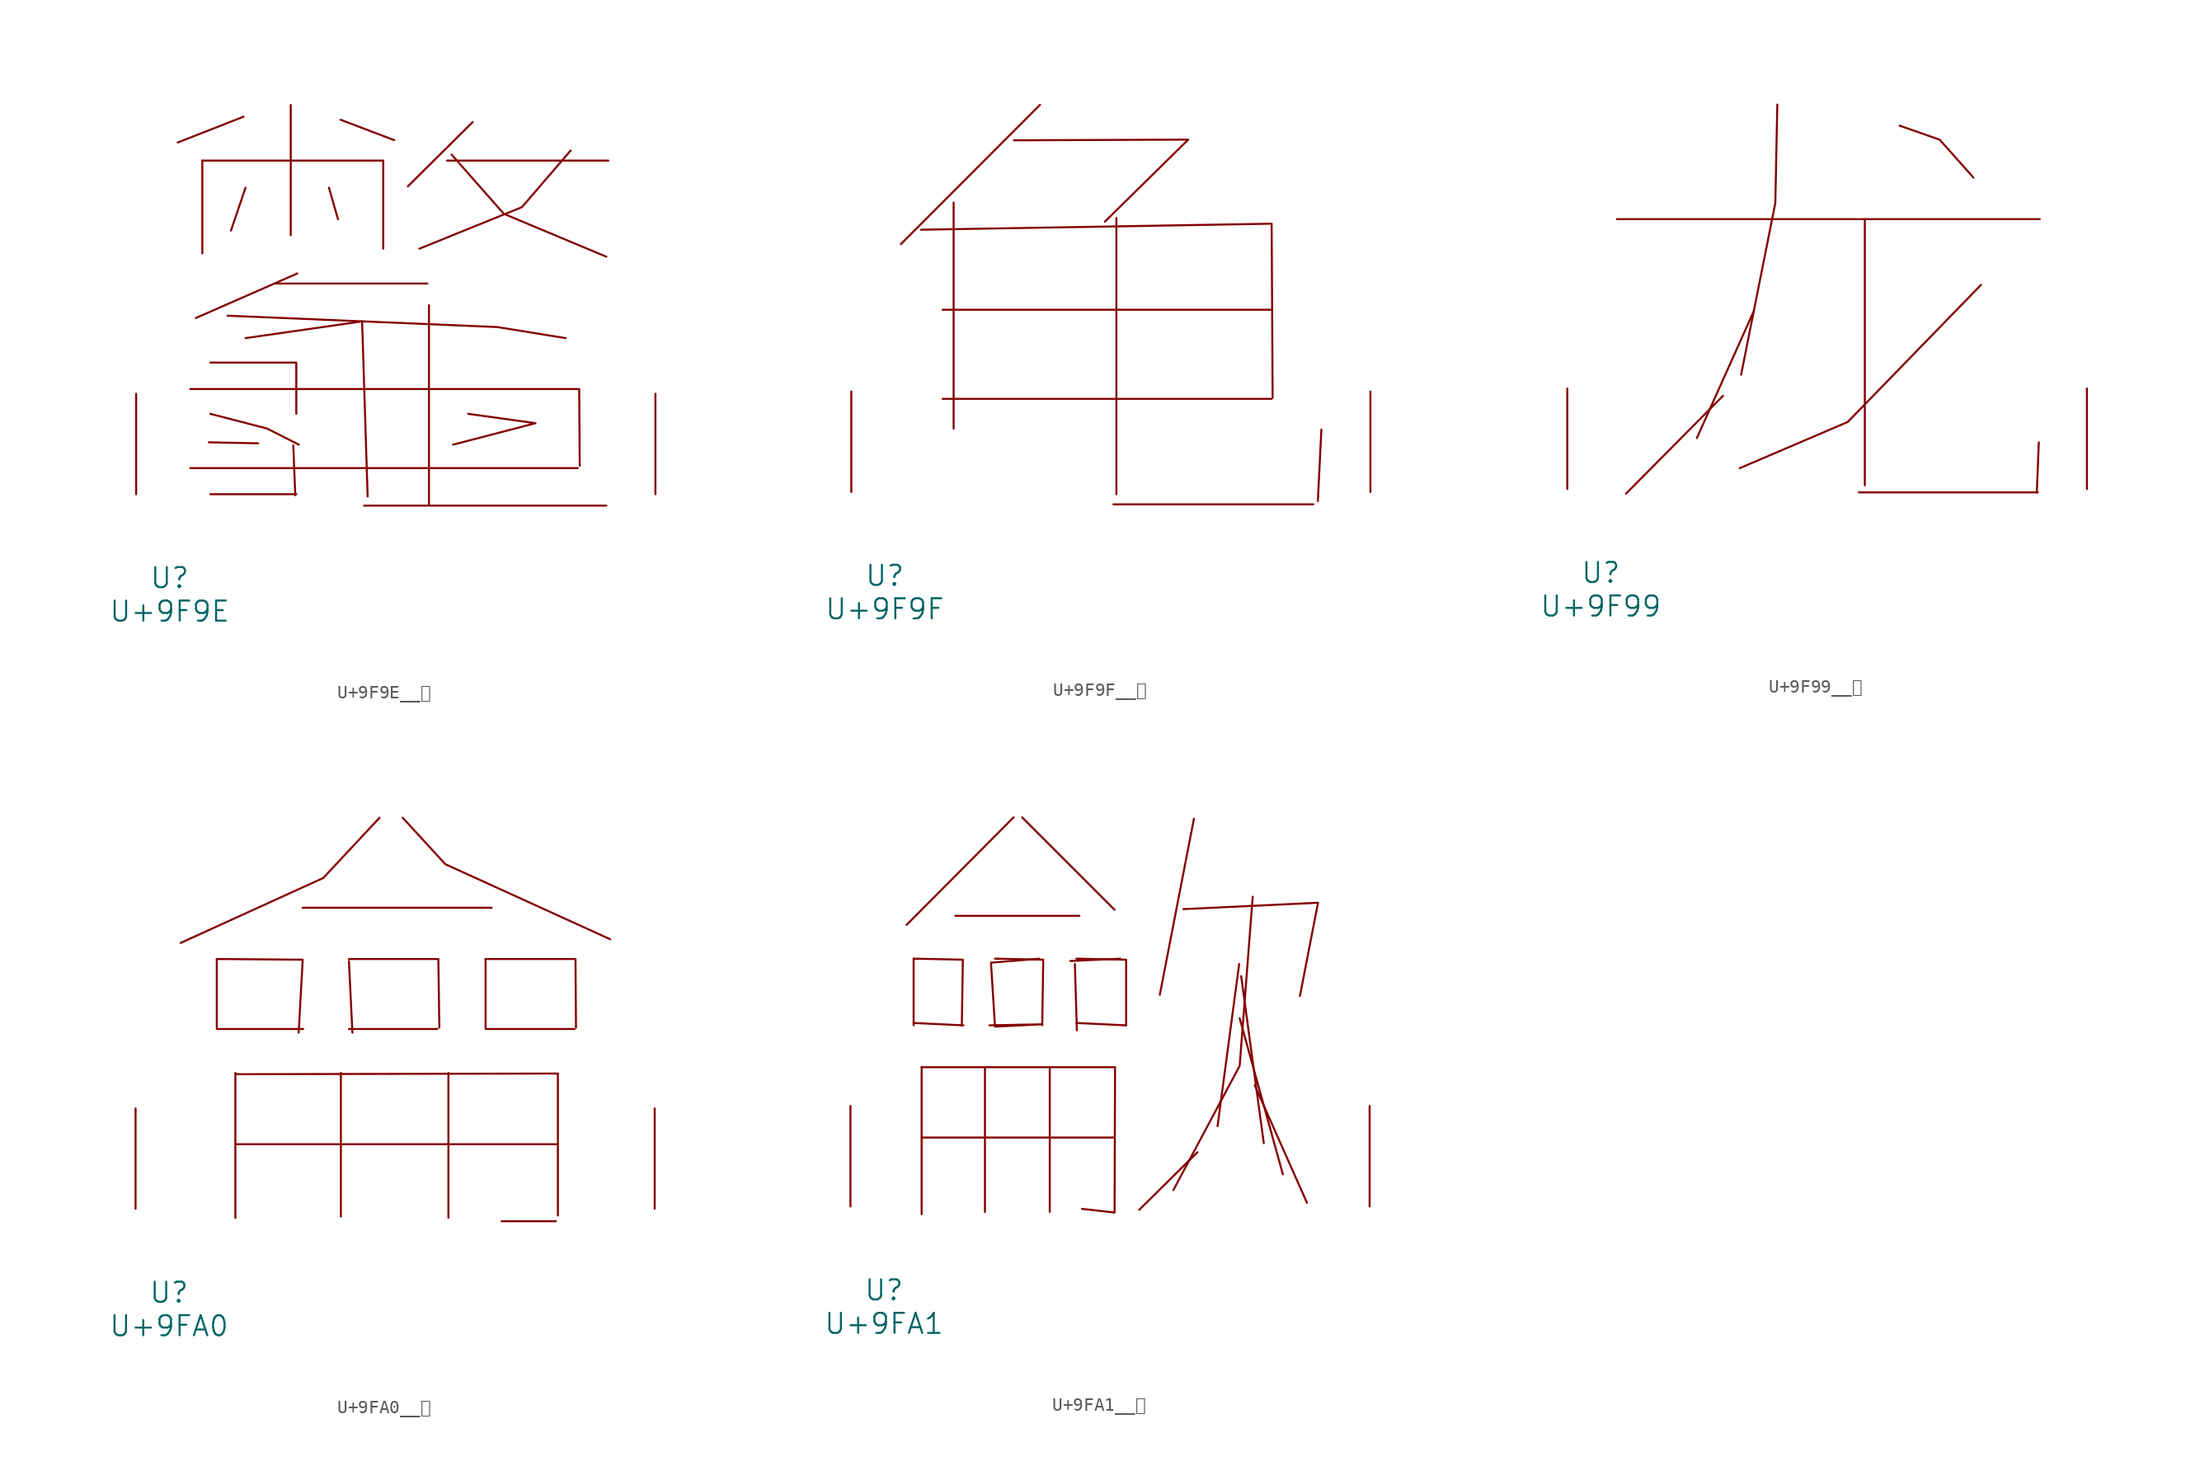
<source format=kicad_sym>
(kicad_symbol_lib
  (version 20231120)
  (generator "kicad_symbol_editor")
  (generator_version "8.0")
  (symbol "U+9F9E__龞"
    (pin_names
      (offset 1.016))
    (property "Reference" "U"
      (at 0 -6.35 0)
      (effects (font (size 1.524 1.524))))
    (property "Value" "U+9F9E"
      (at 0 -8.89 0)
      (effects (font (size 1.524 1.524))))
    (symbol "U+9F9E__龞_0_1"
      (polyline (pts (xy 1.562 1.981) (xy 30.937 1.981)) (stroke (width 0) (type solid)) (fill (type none)))
      (polyline (pts (xy 2.477 25.298) (xy 2.477 18.263)) (stroke (width 0) (type solid)) (fill (type none)))
      (polyline (pts (xy 3.086 0) (xy 9.601 0)) (stroke (width 0) (type solid)) (fill (type none)))
      (polyline (pts (xy 5.601 28.626) (xy 0.61 26.67)) (stroke (width 0) (type solid)) (fill (type none)))
      (polyline (pts (xy 5.753 23.241) (xy 4.648 19.99)) (stroke (width 0) (type solid)) (fill (type none)))
      (polyline (pts (xy 6.706 3.861) (xy 2.972 3.937)) (stroke (width 0) (type solid)) (fill (type none)))
      (polyline (pts (xy 8.001 15.977) (xy 19.545 15.977)) (stroke (width 0) (type solid)) (fill (type none)))
      (polyline (pts (xy 9.182 29.515) (xy 9.182 19.634)) (stroke (width 0) (type solid)) (fill (type none)))
      (polyline (pts (xy 9.373 3.708) (xy 9.525 -0.076)) (stroke (width 0) (type solid)) (fill (type none)))
      (polyline (pts (xy 9.677 16.739) (xy 1.981 13.36)) (stroke (width 0) (type solid)) (fill (type none)))
      (polyline (pts (xy 12.078 23.241) (xy 12.764 20.853)) (stroke (width 0) (type solid)) (fill (type none)))
      (polyline (pts (xy 12.954 28.397) (xy 17.031 26.848)) (stroke (width 0) (type solid)) (fill (type none)))
      (polyline (pts (xy 14.745 -0.864) (xy 33.109 -0.864)) (stroke (width 0) (type solid)) (fill (type none)))
      (polyline (pts (xy 19.66 14.326) (xy 19.66 -0.762)) (stroke (width 0) (type solid)) (fill (type none)))
      (polyline (pts (xy 21.031 25.298) (xy 33.261 25.298)) (stroke (width 0) (type solid)) (fill (type none)))
      (polyline (pts (xy 22.974 28.219) (xy 18.059 23.343)) (stroke (width 0) (type solid)) (fill (type none)))
      (polyline (pts (xy 1.562 7.976) (xy 31.052 7.976) (xy 31.09 2.159)) (stroke (width 0) (type solid)) (fill (type none)))
      (polyline (pts (xy 2.477 25.298) (xy 16.192 25.298) (xy 16.192 18.618)) (stroke (width 0) (type solid)) (fill (type none)))
      (polyline (pts (xy 3.086 6.096) (xy 7.391 4.978) (xy 9.792 3.759)) (stroke (width 0) (type solid)) (fill (type none)))
      (polyline (pts (xy 3.086 9.982) (xy 9.601 9.982) (xy 9.601 6.096)) (stroke (width 0) (type solid)) (fill (type none)))
      (polyline (pts (xy 4.381 13.538) (xy 24.841 12.675) (xy 30.023 11.836)) (stroke (width 0) (type solid)) (fill (type none)))
      (polyline (pts (xy 5.753 11.836) (xy 14.592 13.106) (xy 15.011 -0.178)) (stroke (width 0) (type solid)) (fill (type none)))
      (polyline (pts (xy 21.374 25.756) (xy 25.337 21.26) (xy 33.109 18.009)) (stroke (width 0) (type solid)) (fill (type none)))
      (polyline (pts (xy 22.631 6.096) (xy 27.737 5.385) (xy 21.488 3.759)) (stroke (width 0) (type solid)) (fill (type none)))
      (polyline (pts (xy 30.404 26.06) (xy 26.708 21.768) (xy 18.936 18.618)) (stroke (width 0) (type solid)) (fill (type none)))
      (pin input line (at -2.54 0 90) (length 7.62) (name "~" (effects (font (size 1.27 1.27)))) (number "~" (effects (font (size 1.27 1.27)))))
      (pin input line (at 36.83 0 90) (length 7.62) (name "~" (effects (font (size 1.27 1.27)))) (number "~" (effects (font (size 1.27 1.27)))))))
  (symbol "U+9F9F__龟"
    (pin_names
      (offset 1.016))
    (property "Reference" "U"
      (at 0 -6.35 0)
      (effects (font (size 1.524 1.524))))
    (property "Value" "U+9F9F"
      (at 0 -8.89 0)
      (effects (font (size 1.524 1.524))))
    (symbol "U+9F9F__龟_0_1"
      (polyline (pts (xy 4.381 7.061) (xy 29.337 7.061)) (stroke (width 0) (type solid)) (fill (type none)))
      (polyline (pts (xy 4.381 13.818) (xy 29.337 13.818)) (stroke (width 0) (type solid)) (fill (type none)))
      (polyline (pts (xy 5.22 21.946) (xy 5.22 4.801)) (stroke (width 0) (type solid)) (fill (type none)))
      (polyline (pts (xy 11.773 29.362) (xy 1.219 18.796)) (stroke (width 0) (type solid)) (fill (type none)))
      (polyline (pts (xy 17.335 -0.94) (xy 32.499 -0.94)) (stroke (width 0) (type solid)) (fill (type none)))
      (polyline (pts (xy 17.564 20.777) (xy 17.564 -0.178)) (stroke (width 0) (type solid)) (fill (type none)))
      (polyline (pts (xy 33.109 4.724) (xy 32.842 -0.686)) (stroke (width 0) (type solid)) (fill (type none)))
      (polyline (pts (xy 2.743 19.888) (xy 29.337 20.345) (xy 29.413 7.137)) (stroke (width 0) (type solid)) (fill (type none)))
      (polyline (pts (xy 9.792 26.67) (xy 23.012 26.721) (xy 16.688 20.498)) (stroke (width 0) (type solid)) (fill (type none)))
      (pin input line (at -2.54 0 90) (length 7.62) (name "~" (effects (font (size 1.27 1.27)))) (number "~" (effects (font (size 1.27 1.27)))))
      (pin input line (at 36.83 0 90) (length 7.62) (name "~" (effects (font (size 1.27 1.27)))) (number "~" (effects (font (size 1.27 1.27)))))))
  (symbol "U+9F99__龙"
    (pin_names
      (offset 1.016))
    (property "Reference" "U"
      (at 0 -6.35 0)
      (effects (font (size 1.524 1.524))))
    (property "Value" "U+9F99"
      (at 0 -8.89 0)
      (effects (font (size 1.524 1.524))))
    (symbol "U+9F99__龙_0_1"
      (polyline (pts (xy 1.219 20.447) (xy 33.261 20.447)) (stroke (width 0) (type solid)) (fill (type none)))
      (polyline (pts (xy 9.258 7.061) (xy 1.905 -0.356)) (stroke (width 0) (type solid)) (fill (type none)))
      (polyline (pts (xy 11.582 13.462) (xy 7.277 3.861)) (stroke (width 0) (type solid)) (fill (type none)))
      (polyline (pts (xy 19.545 -0.254) (xy 33.109 -0.254)) (stroke (width 0) (type solid)) (fill (type none)))
      (polyline (pts (xy 20.003 20.447) (xy 20.003 0.279)) (stroke (width 0) (type solid)) (fill (type none)))
      (polyline (pts (xy 33.185 3.531) (xy 33.033 -0.254)) (stroke (width 0) (type solid)) (fill (type none)))
      (polyline (pts (xy 13.373 29.134) (xy 13.221 21.666) (xy 10.63 8.661)) (stroke (width 0) (type solid)) (fill (type none)))
      (polyline (pts (xy 22.631 27.534) (xy 25.679 26.467) (xy 28.232 23.597)) (stroke (width 0) (type solid)) (fill (type none)))
      (polyline (pts (xy 28.804 15.469) (xy 18.707 5.08) (xy 10.516 1.575)) (stroke (width 0) (type solid)) (fill (type none)))
      (pin input line (at -2.54 0 90) (length 7.62) (name "~" (effects (font (size 1.27 1.27)))) (number "~" (effects (font (size 1.27 1.27)))))
      (pin input line (at 36.83 0 90) (length 7.62) (name "~" (effects (font (size 1.27 1.27)))) (number "~" (effects (font (size 1.27 1.27)))))))
  (symbol "U+9FA0__龠"
    (pin_names
      (offset 1.016))
    (property "Reference" "U"
      (at 0 -6.35 0)
      (effects (font (size 1.524 1.524))))
    (property "Value" "U+9FA0"
      (at 0 -8.89 0)
      (effects (font (size 1.524 1.524))))
    (symbol "U+9FA0__龠_0_1"
      (polyline (pts (xy 3.619 13.64) (xy 10.173 13.64)) (stroke (width 0) (type solid)) (fill (type none)))
      (polyline (pts (xy 3.619 18.948) (xy 3.619 13.741)) (stroke (width 0) (type solid)) (fill (type none)))
      (polyline (pts (xy 5.029 4.902) (xy 29.489 4.902)) (stroke (width 0) (type solid)) (fill (type none)))
      (polyline (pts (xy 5.029 10.312) (xy 5.029 -0.686)) (stroke (width 0) (type solid)) (fill (type none)))
      (polyline (pts (xy 10.135 22.835) (xy 24.46 22.835)) (stroke (width 0) (type solid)) (fill (type none)))
      (polyline (pts (xy 13.03 10.312) (xy 13.03 -0.584)) (stroke (width 0) (type solid)) (fill (type none)))
      (polyline (pts (xy 13.64 13.64) (xy 20.345 13.64)) (stroke (width 0) (type solid)) (fill (type none)))
      (polyline (pts (xy 13.64 18.796) (xy 13.906 13.36)) (stroke (width 0) (type solid)) (fill (type none)))
      (polyline (pts (xy 21.184 10.312) (xy 21.184 -0.686)) (stroke (width 0) (type solid)) (fill (type none)))
      (polyline (pts (xy 24.003 13.64) (xy 30.747 13.64)) (stroke (width 0) (type solid)) (fill (type none)))
      (polyline (pts (xy 24.003 18.948) (xy 24.003 13.741)) (stroke (width 0) (type solid)) (fill (type none)))
      (polyline (pts (xy 25.222 -0.94) (xy 29.337 -0.94)) (stroke (width 0) (type solid)) (fill (type none)))
      (polyline (pts (xy 3.619 18.948) (xy 10.135 18.898) (xy 9.83 13.36)) (stroke (width 0) (type solid)) (fill (type none)))
      (polyline (pts (xy 5.029 10.211) (xy 29.489 10.262) (xy 29.489 -0.508)) (stroke (width 0) (type solid)) (fill (type none)))
      (polyline (pts (xy 13.64 18.948) (xy 20.422 18.948) (xy 20.498 13.741)) (stroke (width 0) (type solid)) (fill (type none)))
      (polyline (pts (xy 15.964 29.667) (xy 11.697 25.095) (xy 0.876 20.168)) (stroke (width 0) (type solid)) (fill (type none)))
      (polyline (pts (xy 17.716 29.667) (xy 20.955 26.137) (xy 33.452 20.447)) (stroke (width 0) (type solid)) (fill (type none)))
      (polyline (pts (xy 24.003 18.948) (xy 30.823 18.948) (xy 30.861 13.741)) (stroke (width 0) (type solid)) (fill (type none)))
      (pin input line (at -2.54 0 90) (length 7.62) (name "~" (effects (font (size 1.27 1.27)))) (number "~" (effects (font (size 1.27 1.27)))))
      (pin input line (at 36.83 0 90) (length 7.62) (name "~" (effects (font (size 1.27 1.27)))) (number "~" (effects (font (size 1.27 1.27)))))))
  (symbol "U+9FA1__龡"
    (pin_names
      (offset 1.016))
    (property "Reference" "U"
      (at 0 -6.35 0)
      (effects (font (size 1.524 1.524))))
    (property "Value" "U+9FA1"
      (at 0 -8.89 0)
      (effects (font (size 1.524 1.524))))
    (symbol "U+9FA1__龡_0_1"
      (polyline (pts (xy 2.248 13.919) (xy 6.02 13.741)) (stroke (width 0) (type solid)) (fill (type none)))
      (polyline (pts (xy 2.248 18.796) (xy 2.248 13.741)) (stroke (width 0) (type solid)) (fill (type none)))
      (polyline (pts (xy 2.857 5.232) (xy 17.488 5.232)) (stroke (width 0) (type solid)) (fill (type none)))
      (polyline (pts (xy 2.857 10.566) (xy 2.857 -0.584)) (stroke (width 0) (type solid)) (fill (type none)))
      (polyline (pts (xy 5.41 22.047) (xy 14.821 22.047)) (stroke (width 0) (type solid)) (fill (type none)))
      (polyline (pts (xy 7.658 10.566) (xy 7.658 -0.406)) (stroke (width 0) (type solid)) (fill (type none)))
      (polyline (pts (xy 9.83 29.515) (xy 1.714 21.361)) (stroke (width 0) (type solid)) (fill (type none)))
      (polyline (pts (xy 10.477 29.515) (xy 17.488 22.504)) (stroke (width 0) (type solid)) (fill (type none)))
      (polyline (pts (xy 12.573 10.566) (xy 12.573 -0.406)) (stroke (width 0) (type solid)) (fill (type none)))
      (polyline (pts (xy 14.478 18.39) (xy 14.63 13.36)) (stroke (width 0) (type solid)) (fill (type none)))
      (polyline (pts (xy 14.592 13.919) (xy 18.364 13.741)) (stroke (width 0) (type solid)) (fill (type none)))
      (polyline (pts (xy 17.907 18.796) (xy 14.135 18.618)) (stroke (width 0) (type solid)) (fill (type none)))
      (polyline (pts (xy 23.508 29.413) (xy 20.917 16.053)) (stroke (width 0) (type solid)) (fill (type none)))
      (polyline (pts (xy 23.774 4.115) (xy 19.355 -0.254)) (stroke (width 0) (type solid)) (fill (type none)))
      (polyline (pts (xy 26.937 18.39) (xy 25.298 6.096)) (stroke (width 0) (type solid)) (fill (type none)))
      (polyline (pts (xy 26.975 14.275) (xy 30.251 2.438)) (stroke (width 0) (type solid)) (fill (type none)))
      (polyline (pts (xy 27.089 17.475) (xy 28.804 4.801)) (stroke (width 0) (type solid)) (fill (type none)))
      (polyline (pts (xy 28.118 9.195) (xy 32.08 0.279)) (stroke (width 0) (type solid)) (fill (type none)))
      (polyline (pts (xy 2.248 18.796) (xy 5.982 18.72) (xy 5.905 13.741)) (stroke (width 0) (type solid)) (fill (type none)))
      (polyline (pts (xy 8.42 18.796) (xy 12.078 18.72) (xy 12.002 13.741)) (stroke (width 0) (type solid)) (fill (type none)))
      (polyline (pts (xy 14.592 18.796) (xy 18.364 18.72) (xy 18.364 13.741)) (stroke (width 0) (type solid)) (fill (type none)))
      (polyline (pts (xy 22.708 22.555) (xy 32.918 23.038) (xy 31.547 15.977)) (stroke (width 0) (type solid)) (fill (type none)))
      (polyline (pts (xy 27.965 23.495) (xy 26.975 10.668) (xy 21.946 1.245)) (stroke (width 0) (type solid)) (fill (type none)))
      (polyline (pts (xy 2.857 10.566) (xy 17.526 10.566) (xy 17.488 -0.457) (xy 15.011 -0.178)) (stroke (width 0) (type solid)) (fill (type none)))
      (polyline (pts (xy 11.773 18.796) (xy 8.115 18.491) (xy 8.42 13.64) (xy 11.963 13.818) (xy 8.001 13.741)) (stroke (width 0) (type solid)) (fill (type none)))
      (pin input line (at -2.54 0 90) (length 7.62) (name "~" (effects (font (size 1.27 1.27)))) (number "~" (effects (font (size 1.27 1.27)))))
      (pin input line (at 36.83 0 90) (length 7.62) (name "~" (effects (font (size 1.27 1.27)))) (number "~" (effects (font (size 1.27 1.27))))))))
</source>
